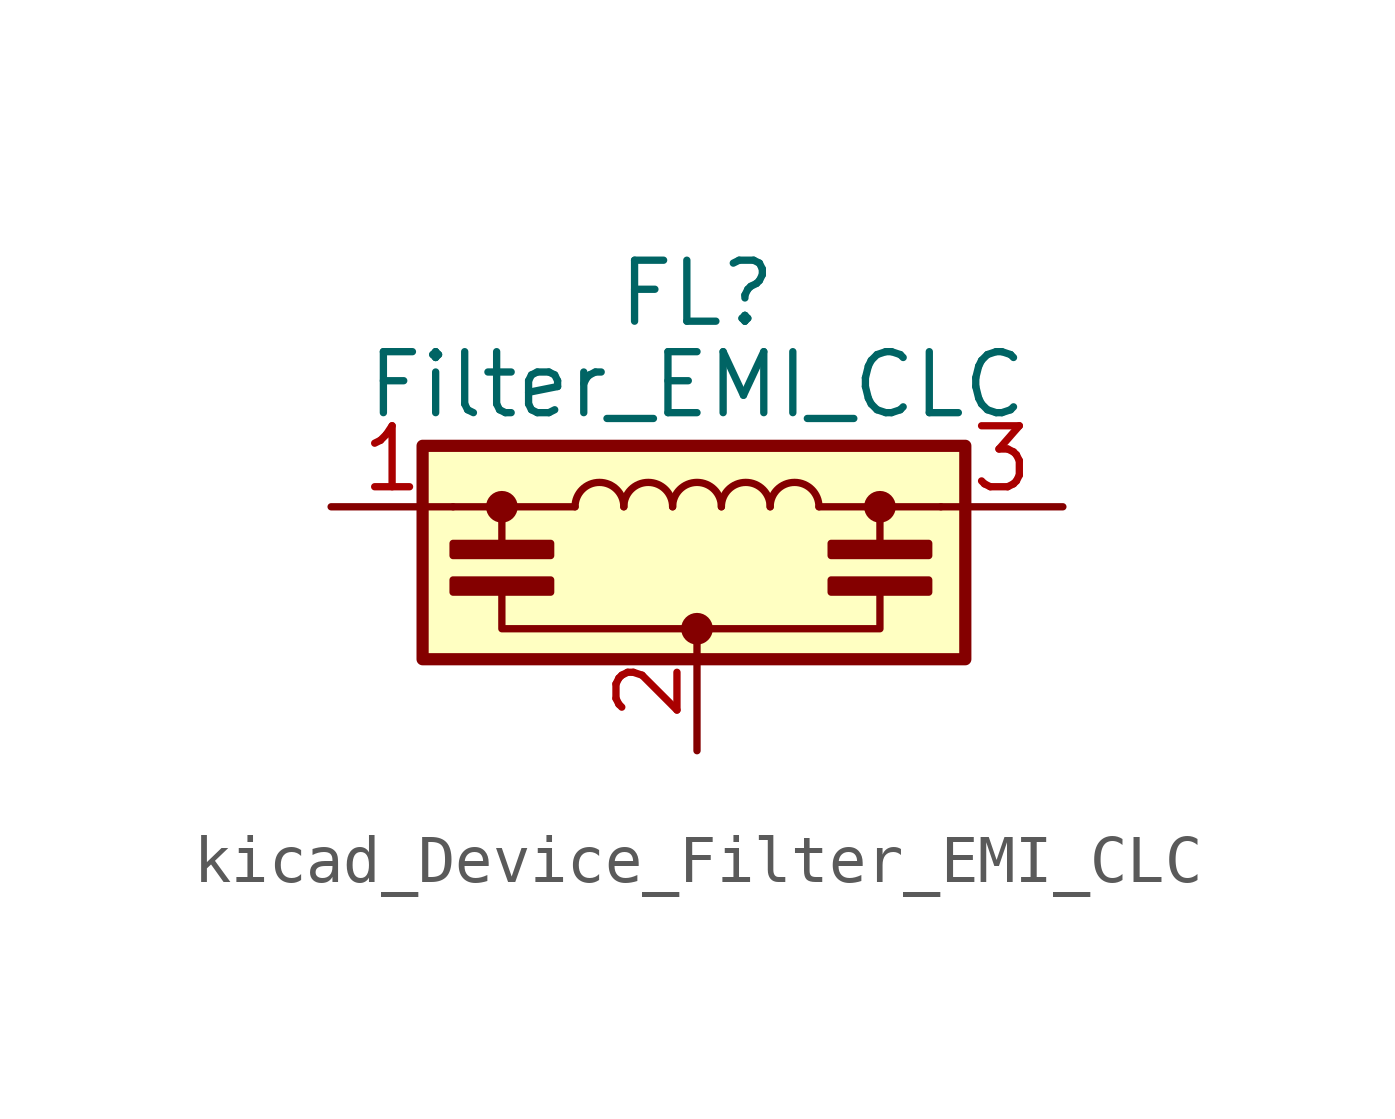
<source format=kicad_sym>
(kicad_symbol_lib
  (version 20220914)
  (generator kicad_symbol_editor)
  (symbol "kicad_Device_Filter_EMI_CLC"
    (pin_names
      (offset 0.254) hide)
    (property "Reference" "FL"
      (at 0 6.985 0)
      (effects (font (size 1.27 1.27))))
    (property "Value" "Filter_EMI_CLC"
      (at 0 5.08 0)
      (effects (font (size 1.27 1.27))))
    (symbol "kicad_Device_Filter_EMI_CLC_0_1"
      (rectangle (start -5.715 3.81) (end 5.588 -0.635) (stroke (width 0.254) (type default)) (fill (type background)))
      (rectangle (start -5.08 0.762) (end -3.048 1.016) (stroke (width 0) (type default)) (fill (type outline)))
      (circle (center -4.064 2.54) (radius 0.254) (stroke (width 0) (type default)) (fill (type outline)))
      (rectangle (start -3.048 1.524) (end -5.08 1.778) (stroke (width 0) (type default)) (fill (type outline)))
      (arc (start -1.524 2.54) (mid -2.032 3.0458) (end -2.54 2.54) (stroke (width 0) (type default)) (fill (type none)))
      (arc (start -0.508 2.54) (mid -1.016 3.0458) (end -1.524 2.54) (stroke (width 0) (type default)) (fill (type none)))
      (polyline (pts (xy -5.08 2.54) (xy -2.54 2.54)) (stroke (width 0) (type default)) (fill (type none)))
      (polyline (pts (xy -4.064 2.54) (xy -4.064 1.778)) (stroke (width 0) (type default)) (fill (type none)))
      (polyline (pts (xy 2.54 2.54) (xy 5.08 2.54)) (stroke (width 0) (type default)) (fill (type none)))
      (polyline (pts (xy 3.81 2.54) (xy 3.81 1.778)) (stroke (width 0) (type default)) (fill (type none)))
      (polyline (pts (xy -4.064 0.762) (xy -4.064 0) (xy 3.81 0) (xy 3.81 0.762)) (stroke (width 0) (type default)) (fill (type none)))
      (circle (center 0 0) (radius 0.254) (stroke (width 0) (type default)) (fill (type outline)))
      (arc (start 0.508 2.54) (mid 0 3.0458) (end -0.508 2.54) (stroke (width 0) (type default)) (fill (type none)))
      (arc (start 1.524 2.54) (mid 1.016 3.0458) (end 0.508 2.54) (stroke (width 0) (type default)) (fill (type none)))
      (arc (start 2.54 2.54) (mid 2.032 3.0458) (end 1.524 2.54) (stroke (width 0) (type default)) (fill (type none)))
      (rectangle (start 2.794 0.762) (end 4.826 1.016) (stroke (width 0) (type default)) (fill (type outline)))
      (circle (center 3.81 2.54) (radius 0.254) (stroke (width 0) (type default)) (fill (type outline)))
      (rectangle (start 4.826 1.524) (end 2.794 1.778) (stroke (width 0) (type default)) (fill (type outline))))
    (symbol "kicad_Device_Filter_EMI_CLC_1_1"
      (pin passive line (at -7.62 2.54 0) (length 2.54) (name "1" (effects (font (size 1.27 1.27)))) (number "1" (effects (font (size 1.27 1.27)))))
      (pin passive line (at 0 -2.54 90) (length 2.54) (name "2" (effects (font (size 1.27 1.27)))) (number "2" (effects (font (size 1.27 1.27)))))
      (pin passive line (at 7.62 2.54 180) (length 2.54) (name "3" (effects (font (size 1.27 1.27)))) (number "3" (effects (font (size 1.27 1.27))))))))
</source>
